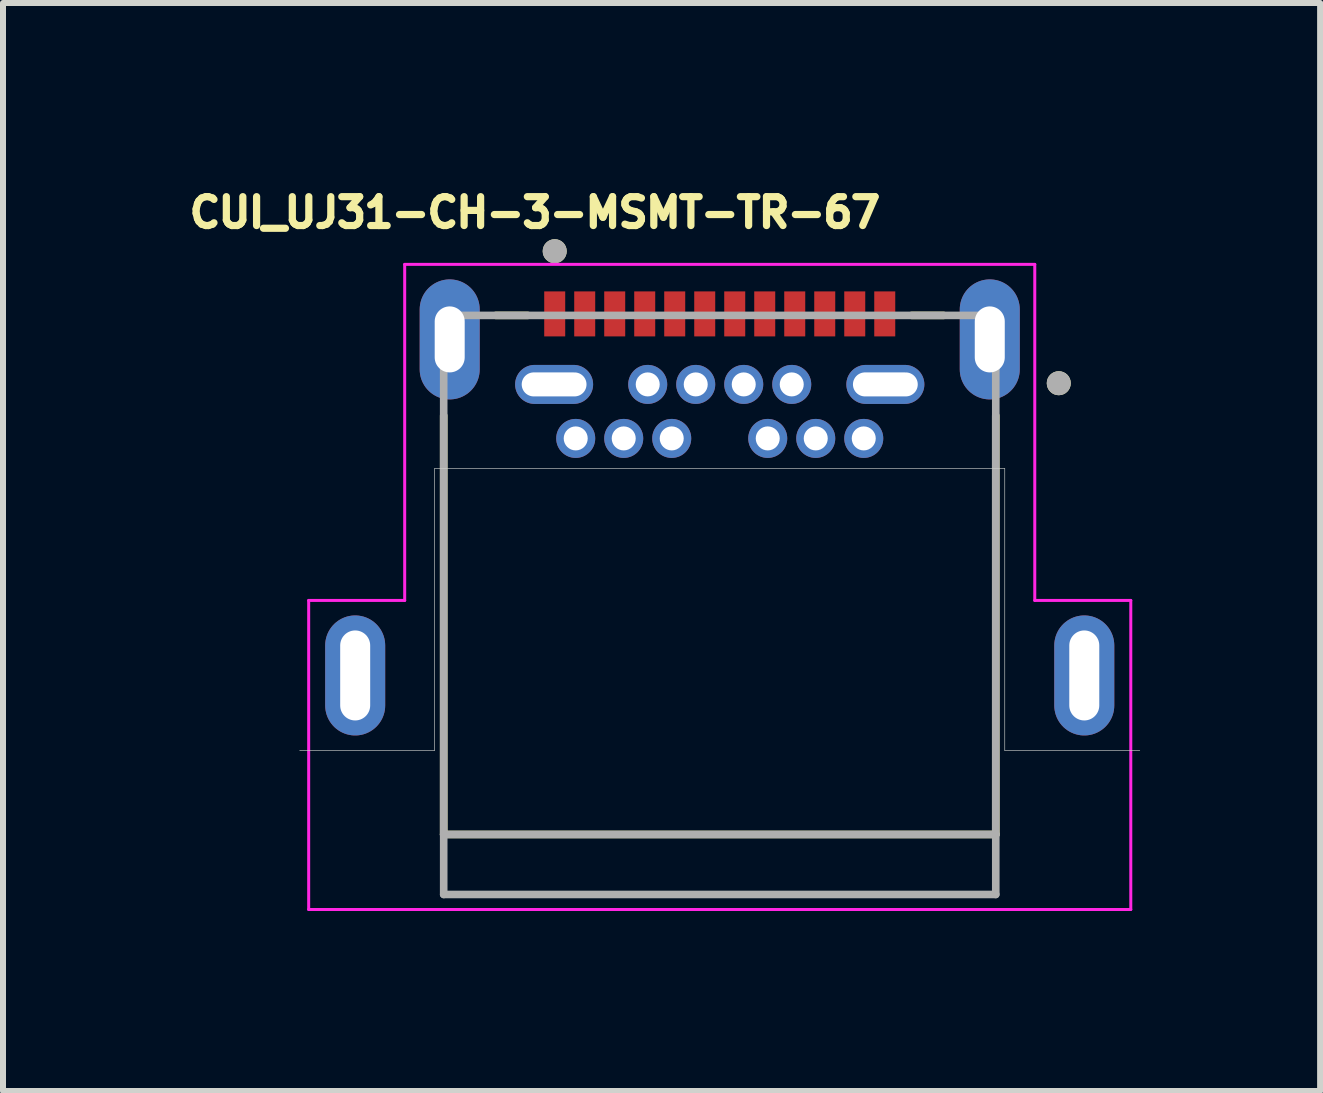
<source format=kicad_pcb>
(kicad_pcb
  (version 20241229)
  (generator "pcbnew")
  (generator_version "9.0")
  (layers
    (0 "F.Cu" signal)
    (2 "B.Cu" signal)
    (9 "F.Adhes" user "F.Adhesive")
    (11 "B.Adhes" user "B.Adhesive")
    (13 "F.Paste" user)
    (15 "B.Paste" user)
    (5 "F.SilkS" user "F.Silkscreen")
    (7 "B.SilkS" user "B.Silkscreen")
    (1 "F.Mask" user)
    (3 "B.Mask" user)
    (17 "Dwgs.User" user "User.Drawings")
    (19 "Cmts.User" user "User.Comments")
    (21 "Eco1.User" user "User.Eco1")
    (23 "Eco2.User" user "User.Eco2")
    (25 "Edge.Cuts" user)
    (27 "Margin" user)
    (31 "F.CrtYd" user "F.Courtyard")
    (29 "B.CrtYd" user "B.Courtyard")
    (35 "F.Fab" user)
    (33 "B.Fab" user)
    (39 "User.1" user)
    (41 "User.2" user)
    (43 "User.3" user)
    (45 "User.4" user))
  (footprint "CUI_UJ31-CH-3-MSMT-TR-67"
    (layer "F.Cu")
    (at 8.944 8.206)
    (property "Reference" "CUI_UJ31-CH-3-MSMT-TR-67" (at -3.08 -7.714 0) (layer "F.SilkS") (effects (font (size 0.481 0.481) (thickness 0.15))))
    (attr through_hole)
    (fp_line (start -4.6 -4.33) (end -4.6 2.65) (stroke (width 0.127) (type solid)) (layer "F.SilkS"))
    (fp_line (start -4.6 2.65) (end 4.6 2.65) (stroke (width 0.127) (type solid)) (layer "F.SilkS"))
    (fp_line (start -3.73 -6) (end -3.2 -6) (stroke (width 0.127) (type solid)) (layer "F.SilkS"))
    (fp_line (start 3.2 -6) (end 3.73 -6) (stroke (width 0.127) (type solid)) (layer "F.SilkS"))
    (fp_line (start 4.6 2.65) (end 4.6 -4.33) (stroke (width 0.127) (type solid)) (layer "F.SilkS"))
    (fp_circle (center -2.75 -7.07) (end -2.65 -7.07) (stroke (width 0.2) (type solid)) (fill no) (layer "F.SilkS"))
    (fp_circle (center 5.65 -4.87) (end 5.75 -4.87) (stroke (width 0.2) (type solid)) (fill no) (layer "F.SilkS"))
    (fp_line (start -7 1.25) (end -4.75 1.25) (stroke (width 0.01) (type solid)) (layer "Edge.Cuts"))
    (fp_line (start -4.75 -3.45) (end 4.75 -3.45) (stroke (width 0.01) (type solid)) (layer "Edge.Cuts"))
    (fp_line (start -4.75 1.25) (end -4.75 -3.45) (stroke (width 0.01) (type solid)) (layer "Edge.Cuts"))
    (fp_line (start 4.75 -3.45) (end 4.75 1.25) (stroke (width 0.01) (type solid)) (layer "Edge.Cuts"))
    (fp_line (start 4.75 1.25) (end 7 1.25) (stroke (width 0.01) (type solid)) (layer "Edge.Cuts"))
    (fp_line (start -6.85 -1.25) (end -5.25 -1.25) (stroke (width 0.05) (type solid)) (layer "F.CrtYd"))
    (fp_line (start -6.85 3.9) (end -6.85 -1.25) (stroke (width 0.05) (type solid)) (layer "F.CrtYd"))
    (fp_line (start -5.25 -6.85) (end 5.25 -6.85) (stroke (width 0.05) (type solid)) (layer "F.CrtYd"))
    (fp_line (start -5.25 -1.25) (end -5.25 -6.85) (stroke (width 0.05) (type solid)) (layer "F.CrtYd"))
    (fp_line (start 5.25 -6.85) (end 5.25 -1.25) (stroke (width 0.05) (type solid)) (layer "F.CrtYd"))
    (fp_line (start 5.25 -1.25) (end 6.85 -1.25) (stroke (width 0.05) (type solid)) (layer "F.CrtYd"))
    (fp_line (start 6.85 -1.25) (end 6.85 3.9) (stroke (width 0.05) (type solid)) (layer "F.CrtYd"))
    (fp_line (start 6.85 3.9) (end -6.85 3.9) (stroke (width 0.05) (type solid)) (layer "F.CrtYd"))
    (fp_line (start -4.6 -6) (end 4.6 -6) (stroke (width 0.127) (type solid)) (layer "F.Fab"))
    (fp_line (start -4.6 2.65) (end -4.6 -6) (stroke (width 0.127) (type solid)) (layer "F.Fab"))
    (fp_line (start -4.6 2.65) (end 4.6 2.65) (stroke (width 0.127) (type solid)) (layer "F.Fab"))
    (fp_line (start -4.6 3.65) (end -4.6 2.65) (stroke (width 0.127) (type solid)) (layer "F.Fab"))
    (fp_line (start 4.6 -6) (end 4.6 2.65) (stroke (width 0.127) (type solid)) (layer "F.Fab"))
    (fp_line (start 4.6 2.65) (end 4.6 3.65) (stroke (width 0.127) (type solid)) (layer "F.Fab"))
    (fp_line (start 4.6 3.65) (end -4.6 3.65) (stroke (width 0.127) (type solid)) (layer "F.Fab"))
    (fp_circle (center -2.75 -7.07) (end -2.65 -7.07) (stroke (width 0.2) (type solid)) (fill no) (layer "F.Fab"))
    (fp_circle (center 5.65 -4.87) (end 5.75 -4.87) (stroke (width 0.2) (type solid)) (fill no) (layer "F.Fab"))
    (pad "A1" smd rect (at -2.75 -6.025 90) (size 0.75 0.35) (layers "F.Cu" "F.Mask" "F.Paste"))
    (pad "A2" smd rect (at -2.25 -6.025 90) (size 0.75 0.35) (layers "F.Cu" "F.Mask" "F.Paste"))
    (pad "A3" smd rect (at -1.75 -6.025 90) (size 0.75 0.35) (layers "F.Cu" "F.Mask" "F.Paste"))
    (pad "A4" smd rect (at -1.25 -6.025 90) (size 0.75 0.35) (layers "F.Cu" "F.Mask" "F.Paste"))
    (pad "A5" smd rect (at -0.75 -6.025 90) (size 0.75 0.35) (layers "F.Cu" "F.Mask" "F.Paste"))
    (pad "A6" smd rect (at -0.25 -6.025 90) (size 0.75 0.35) (layers "F.Cu" "F.Mask" "F.Paste"))
    (pad "A7" smd rect (at 0.25 -6.025 90) (size 0.75 0.35) (layers "F.Cu" "F.Mask" "F.Paste"))
    (pad "A8" smd rect (at 0.75 -6.025 90) (size 0.75 0.35) (layers "F.Cu" "F.Mask" "F.Paste"))
    (pad "A9" smd rect (at 1.25 -6.025 90) (size 0.75 0.35) (layers "F.Cu" "F.Mask" "F.Paste"))
    (pad "A10" smd rect (at 1.75 -6.025 90) (size 0.75 0.35) (layers "F.Cu" "F.Mask" "F.Paste"))
    (pad "A11" smd rect (at 2.25 -6.025 90) (size 0.75 0.35) (layers "F.Cu" "F.Mask" "F.Paste"))
    (pad "A12" smd rect (at 2.75 -6.025 90) (size 0.75 0.35) (layers "F.Cu" "F.Mask" "F.Paste"))
    (pad "B1" thru_hole oval (at 2.76 -4.85) (size 1.3 0.65) (drill oval 1.08 0.4) (layers "*.Cu" "*.Mask"))
    (pad "B2" thru_hole circle (at 2.4 -3.95) (size 0.65 0.65) (drill 0.4) (layers "*.Cu" "*.Mask"))
    (pad "B3" thru_hole circle (at 1.6 -3.95) (size 0.65 0.65) (drill 0.4) (layers "*.Cu" "*.Mask"))
    (pad "B4" thru_hole circle (at 1.2 -4.85) (size 0.65 0.65) (drill 0.4) (layers "*.Cu" "*.Mask"))
    (pad "B5" thru_hole circle (at 0.8 -3.95) (size 0.65 0.65) (drill 0.4) (layers "*.Cu" "*.Mask"))
    (pad "B6" thru_hole circle (at 0.4 -4.85) (size 0.65 0.65) (drill 0.4) (layers "*.Cu" "*.Mask"))
    (pad "B7" thru_hole circle (at -0.4 -4.85) (size 0.65 0.65) (drill 0.4) (layers "*.Cu" "*.Mask"))
    (pad "B8" thru_hole circle (at -0.8 -3.95) (size 0.65 0.65) (drill 0.4) (layers "*.Cu" "*.Mask"))
    (pad "B9" thru_hole circle (at -1.2 -4.85) (size 0.65 0.65) (drill 0.4) (layers "*.Cu" "*.Mask"))
    (pad "B10" thru_hole circle (at -1.6 -3.95) (size 0.65 0.65) (drill 0.4) (layers "*.Cu" "*.Mask"))
    (pad "B11" thru_hole circle (at -2.4 -3.95) (size 0.65 0.65) (drill 0.4) (layers "*.Cu" "*.Mask"))
    (pad "B12" thru_hole oval (at -2.76 -4.85) (size 1.3 0.65) (drill oval 1.08 0.4) (layers "*.Cu" "*.Mask"))
    (pad "S1" thru_hole oval (at -4.5 -5.6) (size 1 2) (drill oval 0.5 1.1) (layers "*.Cu" "*.Mask"))
    (pad "S2" thru_hole oval (at 4.5 -5.6) (size 1 2) (drill oval 0.5 1.1) (layers "*.Cu" "*.Mask"))
    (pad "S3" thru_hole oval (at -6.075 0) (size 1 2) (drill oval 0.5 1.5) (layers "*.Cu" "*.Mask"))
    (pad "S4" thru_hole oval (at 6.075 0) (size 1 2) (drill oval 0.5 1.5) (layers "*.Cu" "*.Mask")))
  (gr_rect
    (start -3 -3)
    (end 18.949 15.131)
    (stroke (width 0.1) (type default))
    (fill no)
    (layer "Edge.Cuts")))
</source>
